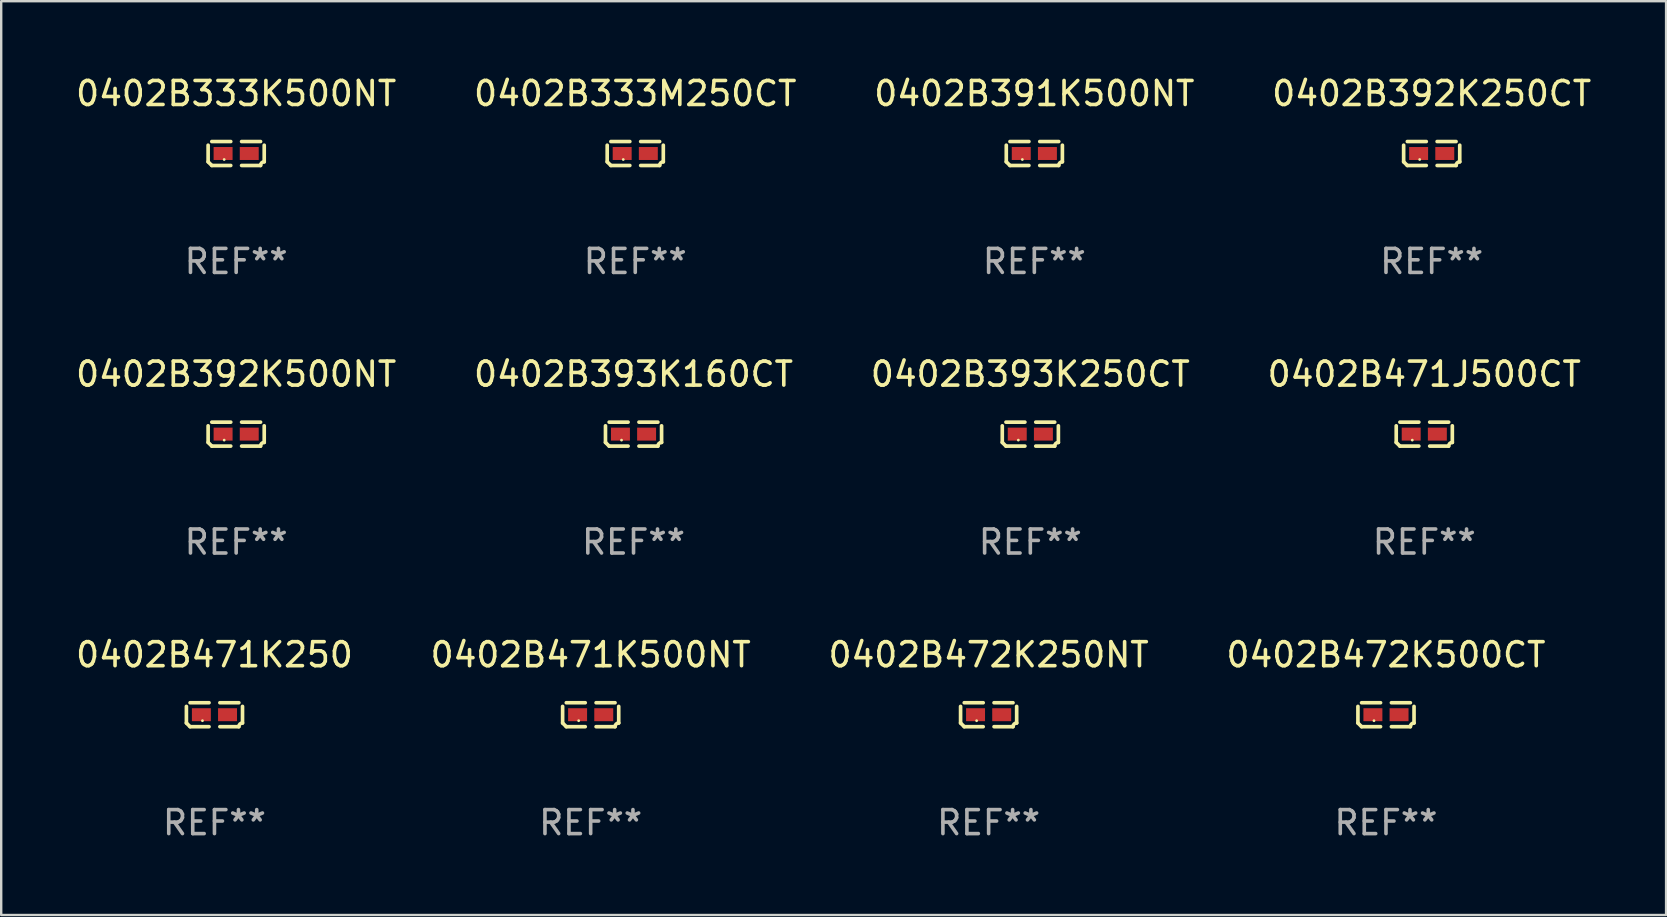
<source format=kicad_pcb>
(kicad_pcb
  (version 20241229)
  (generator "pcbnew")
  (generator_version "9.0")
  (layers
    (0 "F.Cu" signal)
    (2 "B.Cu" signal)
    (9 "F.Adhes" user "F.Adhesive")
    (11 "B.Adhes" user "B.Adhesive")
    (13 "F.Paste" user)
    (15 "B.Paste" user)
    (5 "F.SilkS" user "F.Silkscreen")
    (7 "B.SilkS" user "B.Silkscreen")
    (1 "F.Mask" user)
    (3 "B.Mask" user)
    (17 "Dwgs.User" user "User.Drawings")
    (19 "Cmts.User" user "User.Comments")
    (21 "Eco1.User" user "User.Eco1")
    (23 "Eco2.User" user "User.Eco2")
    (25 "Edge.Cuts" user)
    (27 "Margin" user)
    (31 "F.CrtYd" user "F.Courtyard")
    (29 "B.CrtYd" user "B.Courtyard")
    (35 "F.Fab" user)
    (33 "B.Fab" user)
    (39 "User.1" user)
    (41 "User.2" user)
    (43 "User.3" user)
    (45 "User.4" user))
  (footprint "0402B333K500NT"
    (layer "F.Cu")
    (at 6.792 3.347)
    (property "Reference" "0402B333K500NT" (at 0 -2.499 0) (layer "F.SilkS") (effects (font (size 1 1) (thickness 0.15))))
    (attr through_hole)
    (fp_line (start -1.169 0.346) (end -1.169 -0.346) (stroke (width 0.152) (type solid)) (layer "F.SilkS"))
    (fp_line (start -1.016 -0.499) (end -0.226 -0.499) (stroke (width 0.152) (type solid)) (layer "F.SilkS"))
    (fp_line (start -0.226 0.499) (end -1.016 0.499) (stroke (width 0.152) (type solid)) (layer "F.SilkS"))
    (fp_line (start 0.226 0.499) (end 1.016 0.499) (stroke (width 0.152) (type solid)) (layer "F.SilkS"))
    (fp_line (start 1.016 -0.499) (end 0.226 -0.499) (stroke (width 0.152) (type solid)) (layer "F.SilkS"))
    (fp_line (start 1.169 0.346) (end 1.169 -0.346) (stroke (width 0.152) (type solid)) (layer "F.SilkS"))
    (fp_arc (start -1.016307 0.498603) (mid -1.092512 0.422405) (end -1.16871 0.3462) (stroke (width 0.1524) (type solid)) (layer "F.SilkS"))
    (fp_arc (start 1.016307 0.498603) (mid 1.060899 0.390758) (end 1.168707 0.346076) (stroke (width 0.1524) (type solid)) (layer "F.SilkS"))
    (fp_circle (center -0.5 0.25) (end -0.47 0.25) (stroke (width 0.06) (type solid)) (fill no) (layer "F.SilkS"))
    (fp_text user "REF**" (at 0 4.499 0) (layer "F.Fab") (effects (font (size 1 1) (thickness 0.15))))
    (pad "1" smd rect (at -0.545 0) (size 0.79 0.54) (layers "F.Cu" "F.Mask" "F.Paste"))
    (pad "2" smd rect (at 0.545 0) (size 0.79 0.54) (layers "F.Cu" "F.Mask" "F.Paste")))
  (footprint "0402B471K500NT"
    (layer "F.Cu")
    (at 21.565 26.734)
    (property "Reference" "0402B471K500NT" (at 0 -2.499 0) (layer "F.SilkS") (effects (font (size 1 1) (thickness 0.15))))
    (attr through_hole)
    (fp_line (start -1.169 0.346) (end -1.169 -0.346) (stroke (width 0.152) (type solid)) (layer "F.SilkS"))
    (fp_line (start -1.016 -0.499) (end -0.226 -0.499) (stroke (width 0.152) (type solid)) (layer "F.SilkS"))
    (fp_line (start -0.226 0.499) (end -1.016 0.499) (stroke (width 0.152) (type solid)) (layer "F.SilkS"))
    (fp_line (start 0.226 0.499) (end 1.016 0.499) (stroke (width 0.152) (type solid)) (layer "F.SilkS"))
    (fp_line (start 1.016 -0.499) (end 0.226 -0.499) (stroke (width 0.152) (type solid)) (layer "F.SilkS"))
    (fp_line (start 1.169 0.346) (end 1.169 -0.346) (stroke (width 0.152) (type solid)) (layer "F.SilkS"))
    (fp_arc (start -1.016307 0.498603) (mid -1.092512 0.422405) (end -1.16871 0.3462) (stroke (width 0.1524) (type solid)) (layer "F.SilkS"))
    (fp_arc (start 1.016307 0.498603) (mid 1.060899 0.390758) (end 1.168707 0.346076) (stroke (width 0.1524) (type solid)) (layer "F.SilkS"))
    (fp_circle (center -0.5 0.25) (end -0.47 0.25) (stroke (width 0.06) (type solid)) (fill no) (layer "F.SilkS"))
    (fp_text user "REF**" (at 0 4.499 0) (layer "F.Fab") (effects (font (size 1 1) (thickness 0.15))))
    (pad "1" smd rect (at -0.545 0) (size 0.79 0.54) (layers "F.Cu" "F.Mask" "F.Paste"))
    (pad "2" smd rect (at 0.545 0) (size 0.79 0.54) (layers "F.Cu" "F.Mask" "F.Paste")))
  (footprint "0402B392K250CT"
    (layer "F.Cu")
    (at 56.613 3.347)
    (property "Reference" "0402B392K250CT" (at 0 -2.499 0) (layer "F.SilkS") (effects (font (size 1 1) (thickness 0.15))))
    (attr through_hole)
    (fp_line (start -1.169 0.346) (end -1.169 -0.346) (stroke (width 0.152) (type solid)) (layer "F.SilkS"))
    (fp_line (start -1.016 -0.499) (end -0.226 -0.499) (stroke (width 0.152) (type solid)) (layer "F.SilkS"))
    (fp_line (start -0.226 0.499) (end -1.016 0.499) (stroke (width 0.152) (type solid)) (layer "F.SilkS"))
    (fp_line (start 0.226 0.499) (end 1.016 0.499) (stroke (width 0.152) (type solid)) (layer "F.SilkS"))
    (fp_line (start 1.016 -0.499) (end 0.226 -0.499) (stroke (width 0.152) (type solid)) (layer "F.SilkS"))
    (fp_line (start 1.169 0.346) (end 1.169 -0.346) (stroke (width 0.152) (type solid)) (layer "F.SilkS"))
    (fp_arc (start -1.016307 0.498603) (mid -1.092512 0.422405) (end -1.16871 0.3462) (stroke (width 0.1524) (type solid)) (layer "F.SilkS"))
    (fp_arc (start 1.016307 0.498603) (mid 1.060899 0.390758) (end 1.168707 0.346076) (stroke (width 0.1524) (type solid)) (layer "F.SilkS"))
    (fp_circle (center -0.5 0.25) (end -0.47 0.25) (stroke (width 0.06) (type solid)) (fill no) (layer "F.SilkS"))
    (fp_text user "REF**" (at 0 4.499 0) (layer "F.Fab") (effects (font (size 1 1) (thickness 0.15))))
    (pad "1" smd rect (at -0.545 0) (size 0.79 0.54) (layers "F.Cu" "F.Mask" "F.Paste"))
    (pad "2" smd rect (at 0.545 0) (size 0.79 0.54) (layers "F.Cu" "F.Mask" "F.Paste")))
  (footprint "0402B393K160CT"
    (layer "F.Cu")
    (at 23.351 15.041)
    (property "Reference" "0402B393K160CT" (at 0 -2.499 0) (layer "F.SilkS") (effects (font (size 1 1) (thickness 0.15))))
    (attr through_hole)
    (fp_line (start -1.169 0.346) (end -1.169 -0.346) (stroke (width 0.152) (type solid)) (layer "F.SilkS"))
    (fp_line (start -1.016 -0.499) (end -0.226 -0.499) (stroke (width 0.152) (type solid)) (layer "F.SilkS"))
    (fp_line (start -0.226 0.499) (end -1.016 0.499) (stroke (width 0.152) (type solid)) (layer "F.SilkS"))
    (fp_line (start 0.226 0.499) (end 1.016 0.499) (stroke (width 0.152) (type solid)) (layer "F.SilkS"))
    (fp_line (start 1.016 -0.499) (end 0.226 -0.499) (stroke (width 0.152) (type solid)) (layer "F.SilkS"))
    (fp_line (start 1.169 0.346) (end 1.169 -0.346) (stroke (width 0.152) (type solid)) (layer "F.SilkS"))
    (fp_arc (start -1.016307 0.498603) (mid -1.092512 0.422405) (end -1.16871 0.3462) (stroke (width 0.1524) (type solid)) (layer "F.SilkS"))
    (fp_arc (start 1.016307 0.498603) (mid 1.060899 0.390758) (end 1.168707 0.346076) (stroke (width 0.1524) (type solid)) (layer "F.SilkS"))
    (fp_circle (center -0.5 0.25) (end -0.47 0.25) (stroke (width 0.06) (type solid)) (fill no) (layer "F.SilkS"))
    (fp_text user "REF**" (at 0 4.499 0) (layer "F.Fab") (effects (font (size 1 1) (thickness 0.15))))
    (pad "1" smd rect (at -0.545 0) (size 0.79 0.54) (layers "F.Cu" "F.Mask" "F.Paste"))
    (pad "2" smd rect (at 0.545 0) (size 0.79 0.54) (layers "F.Cu" "F.Mask" "F.Paste")))
  (footprint "0402B471J500CT"
    (layer "F.Cu")
    (at 56.304 15.041)
    (property "Reference" "0402B471J500CT" (at 0 -2.499 0) (layer "F.SilkS") (effects (font (size 1 1) (thickness 0.15))))
    (attr through_hole)
    (fp_line (start -1.169 0.346) (end -1.169 -0.346) (stroke (width 0.152) (type solid)) (layer "F.SilkS"))
    (fp_line (start -1.016 -0.499) (end -0.226 -0.499) (stroke (width 0.152) (type solid)) (layer "F.SilkS"))
    (fp_line (start -0.226 0.499) (end -1.016 0.499) (stroke (width 0.152) (type solid)) (layer "F.SilkS"))
    (fp_line (start 0.226 0.499) (end 1.016 0.499) (stroke (width 0.152) (type solid)) (layer "F.SilkS"))
    (fp_line (start 1.016 -0.499) (end 0.226 -0.499) (stroke (width 0.152) (type solid)) (layer "F.SilkS"))
    (fp_line (start 1.169 0.346) (end 1.169 -0.346) (stroke (width 0.152) (type solid)) (layer "F.SilkS"))
    (fp_arc (start -1.016307 0.498603) (mid -1.092512 0.422405) (end -1.16871 0.3462) (stroke (width 0.1524) (type solid)) (layer "F.SilkS"))
    (fp_arc (start 1.016307 0.498603) (mid 1.060899 0.390758) (end 1.168707 0.346076) (stroke (width 0.1524) (type solid)) (layer "F.SilkS"))
    (fp_circle (center -0.5 0.25) (end -0.47 0.25) (stroke (width 0.06) (type solid)) (fill no) (layer "F.SilkS"))
    (fp_text user "REF**" (at 0 4.499 0) (layer "F.Fab") (effects (font (size 1 1) (thickness 0.15))))
    (pad "1" smd rect (at -0.545 0) (size 0.79 0.54) (layers "F.Cu" "F.Mask" "F.Paste"))
    (pad "2" smd rect (at 0.545 0) (size 0.79 0.54) (layers "F.Cu" "F.Mask" "F.Paste")))
  (footprint "0402B391K500NT"
    (layer "F.Cu")
    (at 40.054 3.347)
    (property "Reference" "0402B391K500NT" (at 0 -2.499 0) (layer "F.SilkS") (effects (font (size 1 1) (thickness 0.15))))
    (attr through_hole)
    (fp_line (start -1.169 0.346) (end -1.169 -0.346) (stroke (width 0.152) (type solid)) (layer "F.SilkS"))
    (fp_line (start -1.016 -0.499) (end -0.226 -0.499) (stroke (width 0.152) (type solid)) (layer "F.SilkS"))
    (fp_line (start -0.226 0.499) (end -1.016 0.499) (stroke (width 0.152) (type solid)) (layer "F.SilkS"))
    (fp_line (start 0.226 0.499) (end 1.016 0.499) (stroke (width 0.152) (type solid)) (layer "F.SilkS"))
    (fp_line (start 1.016 -0.499) (end 0.226 -0.499) (stroke (width 0.152) (type solid)) (layer "F.SilkS"))
    (fp_line (start 1.169 0.346) (end 1.169 -0.346) (stroke (width 0.152) (type solid)) (layer "F.SilkS"))
    (fp_arc (start -1.016307 0.498603) (mid -1.092512 0.422405) (end -1.16871 0.3462) (stroke (width 0.1524) (type solid)) (layer "F.SilkS"))
    (fp_arc (start 1.016307 0.498603) (mid 1.060899 0.390758) (end 1.168707 0.346076) (stroke (width 0.1524) (type solid)) (layer "F.SilkS"))
    (fp_circle (center -0.5 0.25) (end -0.47 0.25) (stroke (width 0.06) (type solid)) (fill no) (layer "F.SilkS"))
    (fp_text user "REF**" (at 0 4.499 0) (layer "F.Fab") (effects (font (size 1 1) (thickness 0.15))))
    (pad "1" smd rect (at -0.545 0) (size 0.79 0.54) (layers "F.Cu" "F.Mask" "F.Paste"))
    (pad "2" smd rect (at 0.545 0) (size 0.79 0.54) (layers "F.Cu" "F.Mask" "F.Paste")))
  (footprint "0402B393K250CT"
    (layer "F.Cu")
    (at 39.887 15.041)
    (property "Reference" "0402B393K250CT" (at 0 -2.499 0) (layer "F.SilkS") (effects (font (size 1 1) (thickness 0.15))))
    (attr through_hole)
    (fp_line (start -1.169 0.346) (end -1.169 -0.346) (stroke (width 0.152) (type solid)) (layer "F.SilkS"))
    (fp_line (start -1.016 -0.499) (end -0.226 -0.499) (stroke (width 0.152) (type solid)) (layer "F.SilkS"))
    (fp_line (start -0.226 0.499) (end -1.016 0.499) (stroke (width 0.152) (type solid)) (layer "F.SilkS"))
    (fp_line (start 0.226 0.499) (end 1.016 0.499) (stroke (width 0.152) (type solid)) (layer "F.SilkS"))
    (fp_line (start 1.016 -0.499) (end 0.226 -0.499) (stroke (width 0.152) (type solid)) (layer "F.SilkS"))
    (fp_line (start 1.169 0.346) (end 1.169 -0.346) (stroke (width 0.152) (type solid)) (layer "F.SilkS"))
    (fp_arc (start -1.016307 0.498603) (mid -1.092512 0.422405) (end -1.16871 0.3462) (stroke (width 0.1524) (type solid)) (layer "F.SilkS"))
    (fp_arc (start 1.016307 0.498603) (mid 1.060899 0.390758) (end 1.168707 0.346076) (stroke (width 0.1524) (type solid)) (layer "F.SilkS"))
    (fp_circle (center -0.5 0.25) (end -0.47 0.25) (stroke (width 0.06) (type solid)) (fill no) (layer "F.SilkS"))
    (fp_text user "REF**" (at 0 4.499 0) (layer "F.Fab") (effects (font (size 1 1) (thickness 0.15))))
    (pad "1" smd rect (at -0.545 0) (size 0.79 0.54) (layers "F.Cu" "F.Mask" "F.Paste"))
    (pad "2" smd rect (at 0.545 0) (size 0.79 0.54) (layers "F.Cu" "F.Mask" "F.Paste")))
  (footprint "0402B472K250NT"
    (layer "F.Cu")
    (at 38.149 26.734)
    (property "Reference" "0402B472K250NT" (at 0 -2.499 0) (layer "F.SilkS") (effects (font (size 1 1) (thickness 0.15))))
    (attr through_hole)
    (fp_line (start -1.169 0.346) (end -1.169 -0.346) (stroke (width 0.152) (type solid)) (layer "F.SilkS"))
    (fp_line (start -1.016 -0.499) (end -0.226 -0.499) (stroke (width 0.152) (type solid)) (layer "F.SilkS"))
    (fp_line (start -0.226 0.499) (end -1.016 0.499) (stroke (width 0.152) (type solid)) (layer "F.SilkS"))
    (fp_line (start 0.226 0.499) (end 1.016 0.499) (stroke (width 0.152) (type solid)) (layer "F.SilkS"))
    (fp_line (start 1.016 -0.499) (end 0.226 -0.499) (stroke (width 0.152) (type solid)) (layer "F.SilkS"))
    (fp_line (start 1.169 0.346) (end 1.169 -0.346) (stroke (width 0.152) (type solid)) (layer "F.SilkS"))
    (fp_arc (start -1.016307 0.498603) (mid -1.092512 0.422405) (end -1.16871 0.3462) (stroke (width 0.1524) (type solid)) (layer "F.SilkS"))
    (fp_arc (start 1.016307 0.498603) (mid 1.060899 0.390758) (end 1.168707 0.346076) (stroke (width 0.1524) (type solid)) (layer "F.SilkS"))
    (fp_circle (center -0.5 0.25) (end -0.47 0.25) (stroke (width 0.06) (type solid)) (fill no) (layer "F.SilkS"))
    (fp_text user "REF**" (at 0 4.499 0) (layer "F.Fab") (effects (font (size 1 1) (thickness 0.15))))
    (pad "1" smd rect (at -0.545 0) (size 0.79 0.54) (layers "F.Cu" "F.Mask" "F.Paste"))
    (pad "2" smd rect (at 0.545 0) (size 0.79 0.54) (layers "F.Cu" "F.Mask" "F.Paste")))
  (footprint "0402B333M250CT"
    (layer "F.Cu")
    (at 23.423 3.347)
    (property "Reference" "0402B333M250CT" (at 0 -2.499 0) (layer "F.SilkS") (effects (font (size 1 1) (thickness 0.15))))
    (attr through_hole)
    (fp_line (start -1.169 0.346) (end -1.169 -0.346) (stroke (width 0.152) (type solid)) (layer "F.SilkS"))
    (fp_line (start -1.016 -0.499) (end -0.226 -0.499) (stroke (width 0.152) (type solid)) (layer "F.SilkS"))
    (fp_line (start -0.226 0.499) (end -1.016 0.499) (stroke (width 0.152) (type solid)) (layer "F.SilkS"))
    (fp_line (start 0.226 0.499) (end 1.016 0.499) (stroke (width 0.152) (type solid)) (layer "F.SilkS"))
    (fp_line (start 1.016 -0.499) (end 0.226 -0.499) (stroke (width 0.152) (type solid)) (layer "F.SilkS"))
    (fp_line (start 1.169 0.346) (end 1.169 -0.346) (stroke (width 0.152) (type solid)) (layer "F.SilkS"))
    (fp_arc (start -1.016307 0.498603) (mid -1.092512 0.422405) (end -1.16871 0.3462) (stroke (width 0.1524) (type solid)) (layer "F.SilkS"))
    (fp_arc (start 1.016307 0.498603) (mid 1.060899 0.390758) (end 1.168707 0.346076) (stroke (width 0.1524) (type solid)) (layer "F.SilkS"))
    (fp_circle (center -0.5 0.25) (end -0.47 0.25) (stroke (width 0.06) (type solid)) (fill no) (layer "F.SilkS"))
    (fp_text user "REF**" (at 0 4.499 0) (layer "F.Fab") (effects (font (size 1 1) (thickness 0.15))))
    (pad "1" smd rect (at -0.545 0) (size 0.79 0.54) (layers "F.Cu" "F.Mask" "F.Paste"))
    (pad "2" smd rect (at 0.545 0) (size 0.79 0.54) (layers "F.Cu" "F.Mask" "F.Paste")))
  (footprint "0402B472K500CT"
    (layer "F.Cu")
    (at 54.708 26.734)
    (property "Reference" "0402B472K500CT" (at 0 -2.499 0) (layer "F.SilkS") (effects (font (size 1 1) (thickness 0.15))))
    (attr through_hole)
    (fp_line (start -1.169 0.346) (end -1.169 -0.346) (stroke (width 0.152) (type solid)) (layer "F.SilkS"))
    (fp_line (start -1.016 -0.499) (end -0.226 -0.499) (stroke (width 0.152) (type solid)) (layer "F.SilkS"))
    (fp_line (start -0.226 0.499) (end -1.016 0.499) (stroke (width 0.152) (type solid)) (layer "F.SilkS"))
    (fp_line (start 0.226 0.499) (end 1.016 0.499) (stroke (width 0.152) (type solid)) (layer "F.SilkS"))
    (fp_line (start 1.016 -0.499) (end 0.226 -0.499) (stroke (width 0.152) (type solid)) (layer "F.SilkS"))
    (fp_line (start 1.169 0.346) (end 1.169 -0.346) (stroke (width 0.152) (type solid)) (layer "F.SilkS"))
    (fp_arc (start -1.016307 0.498603) (mid -1.092512 0.422405) (end -1.16871 0.3462) (stroke (width 0.1524) (type solid)) (layer "F.SilkS"))
    (fp_arc (start 1.016307 0.498603) (mid 1.060899 0.390758) (end 1.168707 0.346076) (stroke (width 0.1524) (type solid)) (layer "F.SilkS"))
    (fp_circle (center -0.5 0.25) (end -0.47 0.25) (stroke (width 0.06) (type solid)) (fill no) (layer "F.SilkS"))
    (fp_text user "REF**" (at 0 4.499 0) (layer "F.Fab") (effects (font (size 1 1) (thickness 0.15))))
    (pad "1" smd rect (at -0.545 0) (size 0.79 0.54) (layers "F.Cu" "F.Mask" "F.Paste"))
    (pad "2" smd rect (at 0.545 0) (size 0.79 0.54) (layers "F.Cu" "F.Mask" "F.Paste")))
  (footprint "0402B471K250"
    (layer "F.Cu")
    (at 5.887 26.734)
    (property "Reference" "0402B471K250" (at 0 -2.499 0) (layer "F.SilkS") (effects (font (size 1 1) (thickness 0.15))))
    (attr through_hole)
    (fp_line (start -1.169 0.346) (end -1.169 -0.346) (stroke (width 0.152) (type solid)) (layer "F.SilkS"))
    (fp_line (start -1.016 -0.499) (end -0.226 -0.499) (stroke (width 0.152) (type solid)) (layer "F.SilkS"))
    (fp_line (start -0.226 0.499) (end -1.016 0.499) (stroke (width 0.152) (type solid)) (layer "F.SilkS"))
    (fp_line (start 0.226 0.499) (end 1.016 0.499) (stroke (width 0.152) (type solid)) (layer "F.SilkS"))
    (fp_line (start 1.016 -0.499) (end 0.226 -0.499) (stroke (width 0.152) (type solid)) (layer "F.SilkS"))
    (fp_line (start 1.169 0.346) (end 1.169 -0.346) (stroke (width 0.152) (type solid)) (layer "F.SilkS"))
    (fp_arc (start -1.016307 0.498603) (mid -1.092512 0.422405) (end -1.16871 0.3462) (stroke (width 0.1524) (type solid)) (layer "F.SilkS"))
    (fp_arc (start 1.016307 0.498603) (mid 1.060899 0.390758) (end 1.168707 0.346076) (stroke (width 0.1524) (type solid)) (layer "F.SilkS"))
    (fp_circle (center -0.5 0.25) (end -0.47 0.25) (stroke (width 0.06) (type solid)) (fill no) (layer "F.SilkS"))
    (fp_text user "REF**" (at 0 4.499 0) (layer "F.Fab") (effects (font (size 1 1) (thickness 0.15))))
    (pad "1" smd rect (at -0.545 0) (size 0.79 0.54) (layers "F.Cu" "F.Mask" "F.Paste"))
    (pad "2" smd rect (at 0.545 0) (size 0.79 0.54) (layers "F.Cu" "F.Mask" "F.Paste")))
  (footprint "0402B392K500NT"
    (layer "F.Cu")
    (at 6.792 15.041)
    (property "Reference" "0402B392K500NT" (at 0 -2.499 0) (layer "F.SilkS") (effects (font (size 1 1) (thickness 0.15))))
    (attr through_hole)
    (fp_line (start -1.169 0.346) (end -1.169 -0.346) (stroke (width 0.152) (type solid)) (layer "F.SilkS"))
    (fp_line (start -1.016 -0.499) (end -0.226 -0.499) (stroke (width 0.152) (type solid)) (layer "F.SilkS"))
    (fp_line (start -0.226 0.499) (end -1.016 0.499) (stroke (width 0.152) (type solid)) (layer "F.SilkS"))
    (fp_line (start 0.226 0.499) (end 1.016 0.499) (stroke (width 0.152) (type solid)) (layer "F.SilkS"))
    (fp_line (start 1.016 -0.499) (end 0.226 -0.499) (stroke (width 0.152) (type solid)) (layer "F.SilkS"))
    (fp_line (start 1.169 0.346) (end 1.169 -0.346) (stroke (width 0.152) (type solid)) (layer "F.SilkS"))
    (fp_arc (start -1.016307 0.498603) (mid -1.092512 0.422405) (end -1.16871 0.3462) (stroke (width 0.1524) (type solid)) (layer "F.SilkS"))
    (fp_arc (start 1.016307 0.498603) (mid 1.060899 0.390758) (end 1.168707 0.346076) (stroke (width 0.1524) (type solid)) (layer "F.SilkS"))
    (fp_circle (center -0.5 0.25) (end -0.47 0.25) (stroke (width 0.06) (type solid)) (fill no) (layer "F.SilkS"))
    (fp_text user "REF**" (at 0 4.499 0) (layer "F.Fab") (effects (font (size 1 1) (thickness 0.15))))
    (pad "1" smd rect (at -0.545 0) (size 0.79 0.54) (layers "F.Cu" "F.Mask" "F.Paste"))
    (pad "2" smd rect (at 0.545 0) (size 0.79 0.54) (layers "F.Cu" "F.Mask" "F.Paste")))
  (gr_rect
    (start -3 -3)
    (end 66.381 35.081)
    (stroke (width 0.1) (type default))
    (fill no)
    (layer "Edge.Cuts")))
</source>
